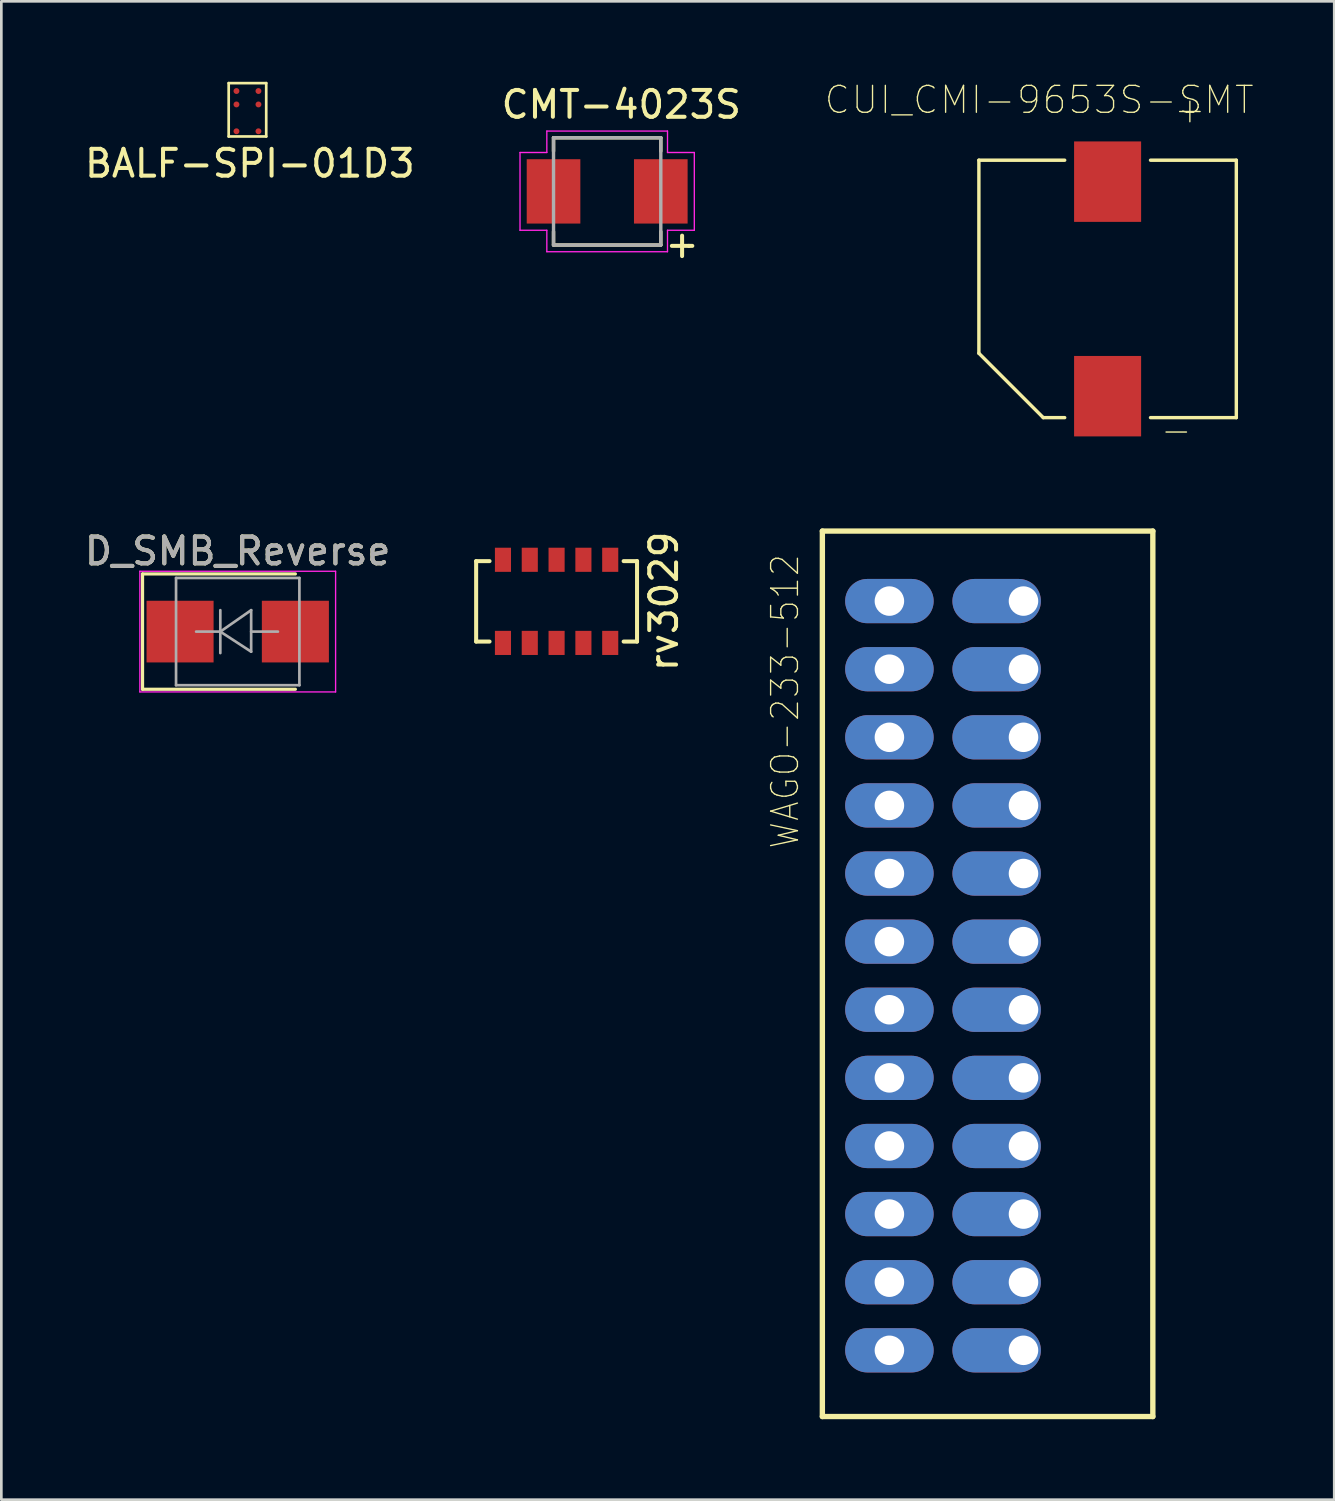
<source format=kicad_pcb>
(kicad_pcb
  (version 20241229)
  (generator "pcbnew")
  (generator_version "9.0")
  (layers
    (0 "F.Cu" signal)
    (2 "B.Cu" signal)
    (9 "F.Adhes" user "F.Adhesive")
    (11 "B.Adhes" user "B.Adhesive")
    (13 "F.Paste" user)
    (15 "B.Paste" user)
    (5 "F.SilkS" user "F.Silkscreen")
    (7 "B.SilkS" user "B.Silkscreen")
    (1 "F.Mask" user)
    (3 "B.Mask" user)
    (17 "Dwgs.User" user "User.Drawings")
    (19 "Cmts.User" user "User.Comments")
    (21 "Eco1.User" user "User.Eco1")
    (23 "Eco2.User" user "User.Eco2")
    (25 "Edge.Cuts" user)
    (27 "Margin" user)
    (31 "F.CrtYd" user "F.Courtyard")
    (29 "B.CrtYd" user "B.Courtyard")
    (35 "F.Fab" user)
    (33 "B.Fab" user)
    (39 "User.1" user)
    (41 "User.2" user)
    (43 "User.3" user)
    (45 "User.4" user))
  (footprint "WAGO-233-512"
    (layer "F.Cu")
    (at 35.117 33.265)
    (property "Reference" "WAGO-233-512" (at -8.89 -10.16 90) (layer "F.SilkS") (effects (font (size 1 0.9) (thickness 0.05))))
    (attr through_hole)
    (fp_line (start -7.5 16.51) (end -7.5 -16.51) (stroke (width 0.2) (type solid)) (layer "F.SilkS"))
    (fp_line (start 4.824 -16.51) (end -7.5 -16.51) (stroke (width 0.2) (type solid)) (layer "F.SilkS"))
    (fp_line (start 4.824 16.51) (end -7.5 16.51) (stroke (width 0.2) (type solid)) (layer "F.SilkS"))
    (fp_line (start 4.824 16.51) (end 4.824 -16.51) (stroke (width 0.2) (type solid)) (layer "F.SilkS"))
    (fp_line (start -0.923 -3.26) (end -0.923 -3.24) (stroke (width 0.01) (type solid)) (layer "Eco2.User"))
    (fp_line (start -0.923 -0.72) (end -0.923 -0.7) (stroke (width 0.01) (type solid)) (layer "Eco2.User"))
    (fp_line (start -0.923 11.98) (end -0.923 12) (stroke (width 0.01) (type solid)) (layer "Eco2.User"))
    (fp_line (start -0.923 14.52) (end -0.923 14.54) (stroke (width 0.01) (type solid)) (layer "Eco2.User"))
    (pad "1" thru_hole oval (at -5 -13.9) (size 3.3 1.65) (drill 1.1) (layers "*.Cu" "*.Mask"))
    (pad "1" thru_hole oval (at 0 -13.9) (size 3.3 1.65) (drill 1.1 (offset -1 0)) (layers "*.Cu" "*.Mask"))
    (pad "2" thru_hole oval (at -5 -11.36) (size 3.3 1.65) (drill 1.1) (layers "*.Cu" "*.Mask"))
    (pad "2" thru_hole oval (at 0 -11.36) (size 3.3 1.65) (drill 1.1 (offset -1 0)) (layers "*.Cu" "*.Mask"))
    (pad "3" thru_hole oval (at -5 -8.82) (size 3.3 1.65) (drill 1.1) (layers "*.Cu" "*.Mask"))
    (pad "3" thru_hole oval (at 0 -8.82) (size 3.3 1.65) (drill 1.1 (offset -1 0)) (layers "*.Cu" "*.Mask"))
    (pad "4" thru_hole oval (at -5 -6.28) (size 3.3 1.65) (drill 1.1) (layers "*.Cu" "*.Mask"))
    (pad "4" thru_hole oval (at 0 -6.28) (size 3.3 1.65) (drill 1.1 (offset -1 0)) (layers "*.Cu" "*.Mask"))
    (pad "5" thru_hole oval (at -5 -3.74) (size 3.3 1.65) (drill 1.1) (layers "*.Cu" "*.Mask"))
    (pad "5" thru_hole oval (at 0 -3.74) (size 3.3 1.65) (drill 1.1 (offset -1 0)) (layers "*.Cu" "*.Mask"))
    (pad "6" thru_hole oval (at -5 -1.2) (size 3.3 1.65) (drill 1.1) (layers "*.Cu" "*.Mask"))
    (pad "6" thru_hole oval (at 0 -1.2) (size 3.3 1.65) (drill 1.1 (offset -1 0)) (layers "*.Cu" "*.Mask"))
    (pad "7" thru_hole oval (at -5 1.34) (size 3.3 1.65) (drill 1.1) (layers "*.Cu" "*.Mask"))
    (pad "7" thru_hole oval (at 0 1.34) (size 3.3 1.65) (drill 1.1 (offset -1 0)) (layers "*.Cu" "*.Mask"))
    (pad "8" thru_hole oval (at -5 3.88) (size 3.3 1.65) (drill 1.1) (layers "*.Cu" "*.Mask"))
    (pad "8" thru_hole oval (at 0 3.88) (size 3.3 1.65) (drill 1.1 (offset -1 0)) (layers "*.Cu" "*.Mask"))
    (pad "9" thru_hole oval (at -5 6.42) (size 3.3 1.65) (drill 1.1) (layers "*.Cu" "*.Mask"))
    (pad "9" thru_hole oval (at 0 6.42) (size 3.3 1.65) (drill 1.1 (offset -1 0)) (layers "*.Cu" "*.Mask"))
    (pad "10" thru_hole oval (at -5 8.96) (size 3.3 1.65) (drill 1.1) (layers "*.Cu" "*.Mask"))
    (pad "10" thru_hole oval (at 0 8.96) (size 3.3 1.65) (drill 1.1 (offset -1 0)) (layers "*.Cu" "*.Mask"))
    (pad "11" thru_hole oval (at -5 11.5) (size 3.3 1.65) (drill 1.1) (layers "*.Cu" "*.Mask"))
    (pad "11" thru_hole oval (at 0 11.5) (size 3.3 1.65) (drill 1.1 (offset -1 0)) (layers "*.Cu" "*.Mask"))
    (pad "12" thru_hole oval (at -5 14.04) (size 3.3 1.65) (drill 1.1) (layers "*.Cu" "*.Mask"))
    (pad "12" thru_hole oval (at 0 14.04) (size 3.3 1.65) (drill 1.1 (offset -1 0)) (layers "*.Cu" "*.Mask")))
  (footprint "CMT-4023S"
    (layer "F.Cu")
    (at 19.592 4.087)
    (property "Reference" "CMT-4023S" (at 0.526 -3.238 0) (layer "F.SilkS") (effects (font (size 1.001 1.001) (thickness 0.15))))
    (attr through_hole)
    (fp_line (start -2 -2) (end -2 -1.5) (stroke (width 0.127) (type solid)) (layer "F.SilkS"))
    (fp_line (start -2 -2) (end 2 -2) (stroke (width 0.127) (type solid)) (layer "F.SilkS"))
    (fp_line (start -2 1.5) (end -2 2) (stroke (width 0.127) (type solid)) (layer "F.SilkS"))
    (fp_line (start 2 -2) (end 2 -1.5) (stroke (width 0.127) (type solid)) (layer "F.SilkS"))
    (fp_line (start 2 1.5) (end 2 2) (stroke (width 0.127) (type solid)) (layer "F.SilkS"))
    (fp_line (start 2 2) (end -2 2) (stroke (width 0.127) (type solid)) (layer "F.SilkS"))
    (fp_line (start 2.413 2.032) (end 3.048 2.032) (stroke (width 0.15) (type solid)) (layer "F.SilkS"))
    (fp_line (start 2.794 1.651) (end 2.794 2.413) (stroke (width 0.15) (type solid)) (layer "F.SilkS"))
    (fp_line (start 3.048 2.032) (end 3.175 2.032) (stroke (width 0.15) (type solid)) (layer "F.SilkS"))
    (fp_line (start -3.25 -1.45) (end -3.25 1.45) (stroke (width 0.05) (type solid)) (layer "F.CrtYd"))
    (fp_line (start -3.25 -1.45) (end -2.25 -1.45) (stroke (width 0.05) (type solid)) (layer "F.CrtYd"))
    (fp_line (start -3.25 1.45) (end -2.25 1.45) (stroke (width 0.05) (type solid)) (layer "F.CrtYd"))
    (fp_line (start -2.25 -1.45) (end -2.25 -2.25) (stroke (width 0.05) (type solid)) (layer "F.CrtYd"))
    (fp_line (start -2.25 1.45) (end -2.25 2.25) (stroke (width 0.05) (type solid)) (layer "F.CrtYd"))
    (fp_line (start -2.25 2.25) (end 2.25 2.25) (stroke (width 0.05) (type solid)) (layer "F.CrtYd"))
    (fp_line (start 2.25 -2.25) (end -2.25 -2.25) (stroke (width 0.05) (type solid)) (layer "F.CrtYd"))
    (fp_line (start 2.25 -1.45) (end 2.25 -2.25) (stroke (width 0.05) (type solid)) (layer "F.CrtYd"))
    (fp_line (start 2.25 -1.45) (end 3.25 -1.45) (stroke (width 0.05) (type solid)) (layer "F.CrtYd"))
    (fp_line (start 2.25 1.45) (end 3.25 1.45) (stroke (width 0.05) (type solid)) (layer "F.CrtYd"))
    (fp_line (start 2.25 2.25) (end 2.25 1.45) (stroke (width 0.05) (type solid)) (layer "F.CrtYd"))
    (fp_line (start 3.25 1.45) (end 3.25 -1.45) (stroke (width 0.05) (type solid)) (layer "F.CrtYd"))
    (fp_line (start -2 -2) (end 2 -2) (stroke (width 0.127) (type solid)) (layer "F.Fab"))
    (fp_line (start -2 2) (end -2 -2) (stroke (width 0.127) (type solid)) (layer "F.Fab"))
    (fp_line (start 2 -2) (end 2 2) (stroke (width 0.127) (type solid)) (layer "F.Fab"))
    (fp_line (start 2 2) (end -2 2) (stroke (width 0.127) (type solid)) (layer "F.Fab"))
    (pad "1" smd rect (at 2 0) (size 2 2.4) (layers "F.Cu" "F.Mask" "F.Paste"))
    (pad "2" smd rect (at -2 0) (size 2 2.4) (layers "F.Cu" "F.Mask" "F.Paste")))
  (footprint "BALF-SPI-01D3"
    (layer "F.Cu")
    (at 5.768 0.345)
    (property "Reference" "BALF-SPI-01D3" (at 0.5 2.7 0) (layer "F.SilkS") (effects (font (size 1 1) (thickness 0.15))))
    (attr through_hole)
    (fp_line (start -0.29 -0.295) (end 1.11 -0.295) (stroke (width 0.1) (type solid)) (layer "F.SilkS"))
    (fp_line (start -0.29 1.695) (end -0.29 -0.295) (stroke (width 0.1) (type solid)) (layer "F.SilkS"))
    (fp_line (start -0.29 1.695) (end 1.11 1.695) (stroke (width 0.1) (type solid)) (layer "F.SilkS"))
    (fp_line (start 1.11 1.695) (end 1.11 -0.295) (stroke (width 0.1) (type solid)) (layer "F.SilkS"))
    (pad "A1" smd circle (at 0 0) (size 0.22 0.22) (layers "F.Cu" "F.Mask" "F.Paste"))
    (pad "A2" smd circle (at 0.82 0) (size 0.22 0.22) (layers "F.Cu" "F.Mask" "F.Paste"))
    (pad "B1" smd circle (at 0 0.5) (size 0.22 0.22) (layers "F.Cu" "F.Mask" "F.Paste"))
    (pad "B1" smd circle (at 0.82 0.5) (size 0.22 0.22) (layers "F.Cu" "F.Mask" "F.Paste"))
    (pad "C1" smd circle (at 0 1.5) (size 0.22 0.22) (layers "F.Cu" "F.Mask" "F.Paste"))
    (pad "C1" smd circle (at 0.82 1.5) (size 0.22 0.22) (layers "F.Cu" "F.Mask" "F.Paste")))
  (footprint "rv3029"
    (layer "F.Cu")
    (at 17.706 19.375)
    (property "Reference" "rv3029" (at 4 0 90) (layer "F.SilkS") (effects (font (size 1 1) (thickness 0.15))))
    (attr through_hole)
    (fp_line (start -3 -1.5) (end -3 1.5) (stroke (width 0.15) (type solid)) (layer "F.SilkS"))
    (fp_line (start -3 1.5) (end -2.5 1.5) (stroke (width 0.15) (type solid)) (layer "F.SilkS"))
    (fp_line (start -2.5 -1.5) (end -3 -1.5) (stroke (width 0.15) (type solid)) (layer "F.SilkS"))
    (fp_line (start 2.5 -1.5) (end 3 -1.5) (stroke (width 0.15) (type solid)) (layer "F.SilkS"))
    (fp_line (start 3 -1.5) (end 3 1.5) (stroke (width 0.15) (type solid)) (layer "F.SilkS"))
    (fp_line (start 3 1.5) (end 2.5 1.5) (stroke (width 0.15) (type solid)) (layer "F.SilkS"))
    (pad "1" smd rect (at -2 1.55) (size 0.6 0.9) (layers "F.Cu" "F.Mask" "F.Paste"))
    (pad "2" smd rect (at -1 1.55) (size 0.6 0.9) (layers "F.Cu" "F.Mask" "F.Paste"))
    (pad "3" smd rect (at 0 1.55) (size 0.6 0.9) (layers "F.Cu" "F.Mask" "F.Paste"))
    (pad "4" smd rect (at 1 1.55) (size 0.6 0.9) (layers "F.Cu" "F.Mask" "F.Paste"))
    (pad "5" smd rect (at 2 1.55) (size 0.6 0.9) (layers "F.Cu" "F.Mask" "F.Paste"))
    (pad "6" smd rect (at 2 -1.55) (size 0.6 0.9) (layers "F.Cu" "F.Mask" "F.Paste"))
    (pad "7" smd rect (at 1 -1.55) (size 0.6 0.9) (layers "F.Cu" "F.Mask" "F.Paste"))
    (pad "8" smd rect (at 0 -1.55) (size 0.6 0.9) (layers "F.Cu" "F.Mask" "F.Paste"))
    (pad "9" smd rect (at -1 -1.55) (size 0.6 0.9) (layers "F.Cu" "F.Mask" "F.Paste"))
    (pad "10" smd rect (at -2 -1.55) (size 0.6 0.9) (layers "F.Cu" "F.Mask" "F.Paste")))
  (footprint "D_SMB_Reverse"
    (layer "F.Cu")
    (at 5.815 20.503)
    (property "Reference" "D_SMB_Reverse" (at 0 -3 0) (layer "F.SilkS") (effects (font (size 1 1) (thickness 0.15))))
    (attr smd)
    (fp_line (start -3.55 -2.15) (end -3.55 2.15) (stroke (width 0.12) (type solid)) (layer "F.SilkS"))
    (fp_line (start -3.55 -2.15) (end 2.15 -2.15) (stroke (width 0.12) (type solid)) (layer "F.SilkS"))
    (fp_line (start -3.55 2.15) (end 2.15 2.15) (stroke (width 0.12) (type solid)) (layer "F.SilkS"))
    (fp_line (start -3.65 -2.25) (end 3.65 -2.25) (stroke (width 0.05) (type solid)) (layer "F.CrtYd"))
    (fp_line (start -3.65 2.25) (end -3.65 -2.25) (stroke (width 0.05) (type solid)) (layer "F.CrtYd"))
    (fp_line (start 3.65 -2.25) (end 3.65 2.25) (stroke (width 0.05) (type solid)) (layer "F.CrtYd"))
    (fp_line (start 3.65 2.25) (end -3.65 2.25) (stroke (width 0.05) (type solid)) (layer "F.CrtYd"))
    (fp_line (start -2.3 2) (end -2.3 -2) (stroke (width 0.1) (type solid)) (layer "F.Fab"))
    (fp_line (start -0.649 -0.799) (end -0.649 0.801) (stroke (width 0.1) (type solid)) (layer "F.Fab"))
    (fp_line (start -0.649 0.001) (end -1.551 0.001) (stroke (width 0.1) (type solid)) (layer "F.Fab"))
    (fp_line (start -0.649 0.001) (end 0.501 -0.799) (stroke (width 0.1) (type solid)) (layer "F.Fab"))
    (fp_line (start -0.649 0.001) (end 0.501 0.75) (stroke (width 0.1) (type solid)) (layer "F.Fab"))
    (fp_line (start 0.501 0.001) (end 1.499 0.001) (stroke (width 0.1) (type solid)) (layer "F.Fab"))
    (fp_line (start 0.501 0.75) (end 0.501 -0.799) (stroke (width 0.1) (type solid)) (layer "F.Fab"))
    (fp_line (start 2.3 -2) (end -2.3 -2) (stroke (width 0.1) (type solid)) (layer "F.Fab"))
    (fp_line (start 2.3 -2) (end 2.3 2) (stroke (width 0.1) (type solid)) (layer "F.Fab"))
    (fp_line (start 2.3 2) (end -2.3 2) (stroke (width 0.1) (type solid)) (layer "F.Fab"))
    (fp_text user "${REFERENCE}" (at 0 -3 0) (layer "F.Fab") (effects (font (size 1 1) (thickness 0.15))))
    (pad "1" smd rect (at 2.15 0) (size 2.5 2.3) (layers "F.Cu" "F.Mask" "F.Paste"))
    (pad "2" smd rect (at -2.15 0) (size 2.5 2.3) (layers "F.Cu" "F.Mask" "F.Paste")))
  (footprint "CUI_CMI-9653S-SMT"
    (layer "F.Cu")
    (at 38.254 7.724)
    (property "Reference" "CUI_CMI-9653S-SMT" (at -2.551 -7.049 0) (layer "F.SilkS") (effects (font (size 1.004 1.004) (thickness 0.05))))
    (attr smd)
    (fp_line (start -4.8 -4.8) (end -1.6 -4.8) (stroke (width 0.127) (type solid)) (layer "F.SilkS"))
    (fp_line (start -4.8 2.4) (end -4.8 -4.8) (stroke (width 0.127) (type solid)) (layer "F.SilkS"))
    (fp_line (start -4.8 2.4) (end -2.4 4.8) (stroke (width 0.127) (type solid)) (layer "F.SilkS"))
    (fp_line (start -2.4 4.8) (end -1.6 4.8) (stroke (width 0.127) (type solid)) (layer "F.SilkS"))
    (fp_line (start 1.6 4.8) (end 4.8 4.8) (stroke (width 0.127) (type solid)) (layer "F.SilkS"))
    (fp_line (start 4.8 -4.8) (end 1.6 -4.8) (stroke (width 0.127) (type solid)) (layer "F.SilkS"))
    (fp_line (start 4.8 -4.8) (end 4.8 4.8) (stroke (width 0.127) (type solid)) (layer "F.SilkS"))
    (fp_line (start -5.05 -5.05) (end -5.05 2.65) (stroke (width 0.05) (type solid)) (layer "Eco1.User"))
    (fp_line (start -5.05 2.65) (end -2.65 5.05) (stroke (width 0.05) (type solid)) (layer "Eco1.User"))
    (fp_line (start -2.65 5.05) (end -1.5 5.05) (stroke (width 0.05) (type solid)) (layer "Eco1.User"))
    (fp_line (start -1.5 -5.05) (end -5.05 -5.05) (stroke (width 0.05) (type solid)) (layer "Eco1.User"))
    (fp_line (start -1.5 -5.05) (end -1.5 -5.75) (stroke (width 0.05) (type solid)) (layer "Eco1.User"))
    (fp_line (start -1.5 5.75) (end -1.5 5.05) (stroke (width 0.05) (type solid)) (layer "Eco1.User"))
    (fp_line (start -1.5 5.75) (end 1.5 5.75) (stroke (width 0.05) (type solid)) (layer "Eco1.User"))
    (fp_line (start 1.5 -5.75) (end -1.5 -5.75) (stroke (width 0.05) (type solid)) (layer "Eco1.User"))
    (fp_line (start 1.5 -5.05) (end 1.5 -5.75) (stroke (width 0.05) (type solid)) (layer "Eco1.User"))
    (fp_line (start 1.5 5.05) (end 5.05 5.05) (stroke (width 0.05) (type solid)) (layer "Eco1.User"))
    (fp_line (start 1.5 5.75) (end 1.5 5.05) (stroke (width 0.05) (type solid)) (layer "Eco1.User"))
    (fp_line (start 5.05 -5.05) (end 1.5 -5.05) (stroke (width 0.05) (type solid)) (layer "Eco1.User"))
    (fp_line (start 5.05 5.05) (end 5.05 -5.05) (stroke (width 0.05) (type solid)) (layer "Eco1.User"))
    (fp_line (start -4.8 -4.8) (end 4.8 -4.8) (stroke (width 0.127) (type solid)) (layer "Eco2.User"))
    (fp_line (start -4.8 2.4) (end -4.8 -4.8) (stroke (width 0.127) (type solid)) (layer "Eco2.User"))
    (fp_line (start -4.8 2.4) (end -2.4 4.8) (stroke (width 0.127) (type solid)) (layer "Eco2.User"))
    (fp_line (start 4.8 -4.8) (end 4.8 4.8) (stroke (width 0.127) (type solid)) (layer "Eco2.User"))
    (fp_line (start 4.8 4.8) (end -2.4 4.8) (stroke (width 0.127) (type solid)) (layer "Eco2.User"))
    (fp_text user "-" (at 2.56 5.258 0) (layer "F.SilkS") (effects (font (size 1 1) (thickness 0.05))))
    (fp_text user "+" (at 3.068 -6.695 0) (layer "F.SilkS") (effects (font (size 1 1) (thickness 0.05))))
    (pad "1" smd rect (at 0 -4 90) (size 3 2.5) (layers "F.Cu" "F.Mask" "F.Paste"))
    (pad "2" smd rect (at 0 4 90) (size 3 2.5) (layers "F.Cu" "F.Mask" "F.Paste")))
  (gr_rect
    (start -3 -3)
    (end 46.706 52.875)
    (stroke (width 0.1) (type default))
    (fill no)
    (layer "Edge.Cuts")))
</source>
